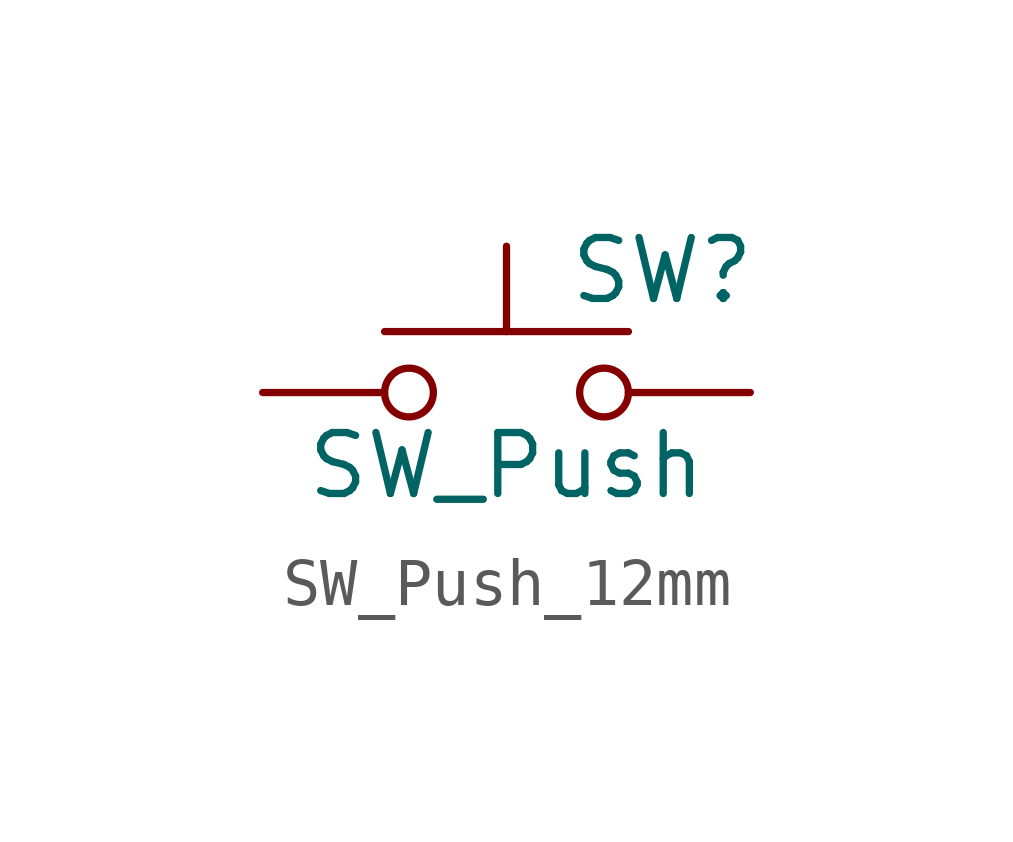
<source format=kicad_sym>
(kicad_symbol_lib
  (version 20220914)
  (generator kicad_symbol_editor)
  (symbol "SW_Push_12mm"
    (pin_numbers hide)
    (pin_names
      (offset 1.016) hide)
    (property "Reference" "SW"
      (at 1.27 2.54 0)
      (effects (font (size 1.27 1.27)) (justify left)))
    (property "Value" "SW_Push"
      (at 0 -1.524 0)
      (effects (font (size 1.27 1.27))))
    (symbol "SW_Push_12mm_0_1"
      (circle (center -2.032 0) (radius 0.508) (stroke (width 0) (type default)) (fill (type none)))
      (polyline (pts (xy 0 1.27) (xy 0 3.048)) (stroke (width 0) (type default)) (fill (type none)))
      (polyline (pts (xy 2.54 1.27) (xy -2.54 1.27)) (stroke (width 0) (type default)) (fill (type none)))
      (circle (center 2.032 0) (radius 0.508) (stroke (width 0) (type default)) (fill (type none)))
      (pin passive line (at -5.08 0 0) (length 2.54) (name "1" (effects (font (size 1.27 1.27)))) (number "1" (effects (font (size 1.27 1.27)))))
      (pin passive line (at 5.08 0 180) (length 2.54) (name "2" (effects (font (size 1.27 1.27)))) (number "2" (effects (font (size 1.27 1.27))))))))
</source>
